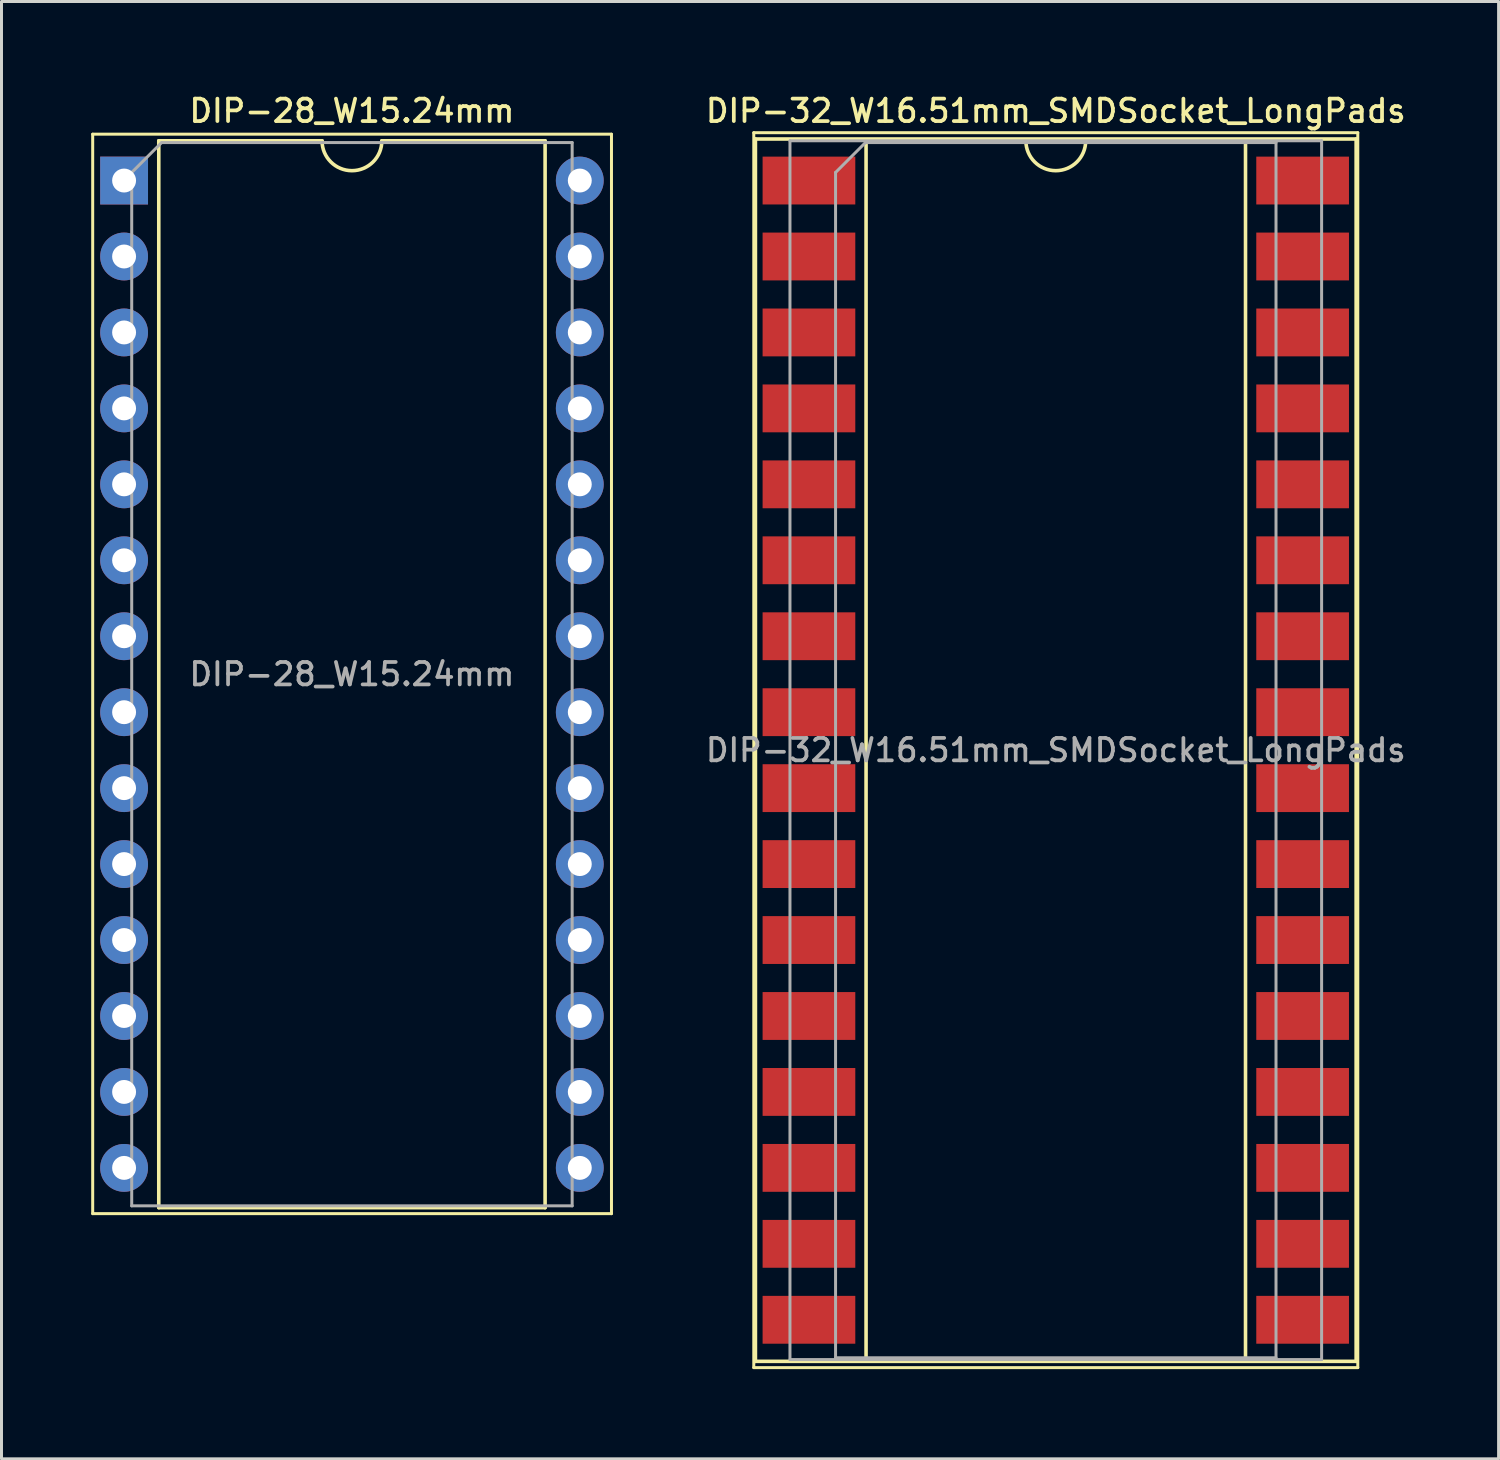
<source format=kicad_pcb>
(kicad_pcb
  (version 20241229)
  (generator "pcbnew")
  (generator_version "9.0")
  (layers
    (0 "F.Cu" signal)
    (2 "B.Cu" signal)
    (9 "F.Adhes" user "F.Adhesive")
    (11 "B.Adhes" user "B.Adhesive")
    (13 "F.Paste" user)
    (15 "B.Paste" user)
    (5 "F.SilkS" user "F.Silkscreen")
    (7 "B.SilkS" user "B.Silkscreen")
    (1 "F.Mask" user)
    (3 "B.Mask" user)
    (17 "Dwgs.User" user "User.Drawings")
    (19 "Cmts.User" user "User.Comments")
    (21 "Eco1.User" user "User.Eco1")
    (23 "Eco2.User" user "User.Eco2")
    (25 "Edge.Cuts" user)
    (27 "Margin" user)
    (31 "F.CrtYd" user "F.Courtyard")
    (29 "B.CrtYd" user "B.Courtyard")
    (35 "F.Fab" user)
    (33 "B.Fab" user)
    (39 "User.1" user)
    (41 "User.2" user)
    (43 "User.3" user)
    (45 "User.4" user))
  (footprint "DIP-28_W15.24mm"
    (layer "F.Cu")
    (at 1.1 2.988)
    (property "Reference" "DIP-28_W15.24mm" (at 7.62 -2.33 0) (layer "F.SilkS") (effects (font (size 0.75 0.75) (thickness 0.125))))
    (attr through_hole)
    (fp_line (start -1.05 -1.55) (end -1.05 34.55) (stroke (width 0.1) (type solid)) (layer "F.SilkS"))
    (fp_line (start -1.05 34.55) (end 16.3 34.55) (stroke (width 0.1) (type solid)) (layer "F.SilkS"))
    (fp_line (start 1.16 -1.33) (end 1.16 34.35) (stroke (width 0.12) (type solid)) (layer "F.SilkS"))
    (fp_line (start 1.16 34.35) (end 14.08 34.35) (stroke (width 0.12) (type solid)) (layer "F.SilkS"))
    (fp_line (start 6.62 -1.33) (end 1.16 -1.33) (stroke (width 0.12) (type solid)) (layer "F.SilkS"))
    (fp_line (start 14.08 -1.33) (end 8.62 -1.33) (stroke (width 0.12) (type solid)) (layer "F.SilkS"))
    (fp_line (start 14.08 34.35) (end 14.08 -1.33) (stroke (width 0.12) (type solid)) (layer "F.SilkS"))
    (fp_line (start 16.3 -1.55) (end -1.05 -1.55) (stroke (width 0.1) (type solid)) (layer "F.SilkS"))
    (fp_line (start 16.3 34.55) (end 16.3 -1.55) (stroke (width 0.1) (type solid)) (layer "F.SilkS"))
    (fp_arc (start 8.62 -1.33) (mid 7.62 -0.33) (end 6.62 -1.33) (stroke (width 0.12) (type solid)) (layer "F.SilkS"))
    (fp_line (start 0.255 -0.27) (end 1.255 -1.27) (stroke (width 0.1) (type solid)) (layer "F.Fab"))
    (fp_line (start 0.255 34.29) (end 0.255 -0.27) (stroke (width 0.1) (type solid)) (layer "F.Fab"))
    (fp_line (start 1.255 -1.27) (end 14.985 -1.27) (stroke (width 0.1) (type solid)) (layer "F.Fab"))
    (fp_line (start 14.985 -1.27) (end 14.985 34.29) (stroke (width 0.1) (type solid)) (layer "F.Fab"))
    (fp_line (start 14.985 34.29) (end 0.255 34.29) (stroke (width 0.1) (type solid)) (layer "F.Fab"))
    (fp_text user "${REFERENCE}" (at 7.62 16.51 0) (layer "F.Fab") (effects (font (size 0.75 0.75) (thickness 0.125))))
    (pad "1" thru_hole rect (at 0 0) (size 1.6 1.6) (drill 0.8) (layers "*.Cu" "*.Mask"))
    (pad "2" thru_hole oval (at 0 2.54) (size 1.6 1.6) (drill 0.8) (layers "*.Cu" "*.Mask"))
    (pad "3" thru_hole oval (at 0 5.08) (size 1.6 1.6) (drill 0.8) (layers "*.Cu" "*.Mask"))
    (pad "4" thru_hole oval (at 0 7.62) (size 1.6 1.6) (drill 0.8) (layers "*.Cu" "*.Mask"))
    (pad "5" thru_hole oval (at 0 10.16) (size 1.6 1.6) (drill 0.8) (layers "*.Cu" "*.Mask"))
    (pad "6" thru_hole oval (at 0 12.7) (size 1.6 1.6) (drill 0.8) (layers "*.Cu" "*.Mask"))
    (pad "7" thru_hole oval (at 0 15.24) (size 1.6 1.6) (drill 0.8) (layers "*.Cu" "*.Mask"))
    (pad "8" thru_hole oval (at 0 17.78) (size 1.6 1.6) (drill 0.8) (layers "*.Cu" "*.Mask"))
    (pad "9" thru_hole oval (at 0 20.32) (size 1.6 1.6) (drill 0.8) (layers "*.Cu" "*.Mask"))
    (pad "10" thru_hole oval (at 0 22.86) (size 1.6 1.6) (drill 0.8) (layers "*.Cu" "*.Mask"))
    (pad "11" thru_hole oval (at 0 25.4) (size 1.6 1.6) (drill 0.8) (layers "*.Cu" "*.Mask"))
    (pad "12" thru_hole oval (at 0 27.94) (size 1.6 1.6) (drill 0.8) (layers "*.Cu" "*.Mask"))
    (pad "13" thru_hole oval (at 0 30.48) (size 1.6 1.6) (drill 0.8) (layers "*.Cu" "*.Mask"))
    (pad "14" thru_hole oval (at 0 33.02) (size 1.6 1.6) (drill 0.8) (layers "*.Cu" "*.Mask"))
    (pad "15" thru_hole oval (at 15.24 33.02) (size 1.6 1.6) (drill 0.8) (layers "*.Cu" "*.Mask"))
    (pad "16" thru_hole oval (at 15.24 30.48) (size 1.6 1.6) (drill 0.8) (layers "*.Cu" "*.Mask"))
    (pad "17" thru_hole oval (at 15.24 27.94) (size 1.6 1.6) (drill 0.8) (layers "*.Cu" "*.Mask"))
    (pad "18" thru_hole oval (at 15.24 25.4) (size 1.6 1.6) (drill 0.8) (layers "*.Cu" "*.Mask"))
    (pad "19" thru_hole oval (at 15.24 22.86) (size 1.6 1.6) (drill 0.8) (layers "*.Cu" "*.Mask"))
    (pad "20" thru_hole oval (at 15.24 20.32) (size 1.6 1.6) (drill 0.8) (layers "*.Cu" "*.Mask"))
    (pad "21" thru_hole oval (at 15.24 17.78) (size 1.6 1.6) (drill 0.8) (layers "*.Cu" "*.Mask"))
    (pad "22" thru_hole oval (at 15.24 15.24) (size 1.6 1.6) (drill 0.8) (layers "*.Cu" "*.Mask"))
    (pad "23" thru_hole oval (at 15.24 12.7) (size 1.6 1.6) (drill 0.8) (layers "*.Cu" "*.Mask"))
    (pad "24" thru_hole oval (at 15.24 10.16) (size 1.6 1.6) (drill 0.8) (layers "*.Cu" "*.Mask"))
    (pad "25" thru_hole oval (at 15.24 7.62) (size 1.6 1.6) (drill 0.8) (layers "*.Cu" "*.Mask"))
    (pad "26" thru_hole oval (at 15.24 5.08) (size 1.6 1.6) (drill 0.8) (layers "*.Cu" "*.Mask"))
    (pad "27" thru_hole oval (at 15.24 2.54) (size 1.6 1.6) (drill 0.8) (layers "*.Cu" "*.Mask"))
    (pad "28" thru_hole oval (at 15.24 0) (size 1.6 1.6) (drill 0.8) (layers "*.Cu" "*.Mask")))
  (footprint "DIP-32_W16.51mm_SMDSocket_LongPads"
    (layer "F.Cu")
    (at 32.259 22.038)
    (property "Reference" "DIP-32_W16.51mm_SMDSocket_LongPads" (at 0 -21.38 0) (layer "F.SilkS") (effects (font (size 0.75 0.75) (thickness 0.125))))
    (attr smd)
    (fp_line (start -10.1 -20.65) (end -10.1 20.65) (stroke (width 0.1) (type solid)) (layer "F.SilkS"))
    (fp_line (start -10.1 20.65) (end 10.1 20.65) (stroke (width 0.1) (type solid)) (layer "F.SilkS"))
    (fp_line (start -10.045 -20.44) (end -10.045 20.44) (stroke (width 0.12) (type solid)) (layer "F.SilkS"))
    (fp_line (start -10.045 20.44) (end 10.045 20.44) (stroke (width 0.12) (type solid)) (layer "F.SilkS"))
    (fp_line (start -6.345 -20.38) (end -6.345 20.38) (stroke (width 0.12) (type solid)) (layer "F.SilkS"))
    (fp_line (start -6.345 20.38) (end 6.345 20.38) (stroke (width 0.12) (type solid)) (layer "F.SilkS"))
    (fp_line (start -1 -20.38) (end -6.345 -20.38) (stroke (width 0.12) (type solid)) (layer "F.SilkS"))
    (fp_line (start 6.345 -20.38) (end 1 -20.38) (stroke (width 0.12) (type solid)) (layer "F.SilkS"))
    (fp_line (start 6.345 20.38) (end 6.345 -20.38) (stroke (width 0.12) (type solid)) (layer "F.SilkS"))
    (fp_line (start 10.045 -20.44) (end -10.045 -20.44) (stroke (width 0.12) (type solid)) (layer "F.SilkS"))
    (fp_line (start 10.045 20.44) (end 10.045 -20.44) (stroke (width 0.12) (type solid)) (layer "F.SilkS"))
    (fp_line (start 10.1 -20.65) (end -10.1 -20.65) (stroke (width 0.1) (type solid)) (layer "F.SilkS"))
    (fp_line (start 10.1 20.65) (end 10.1 -20.65) (stroke (width 0.1) (type solid)) (layer "F.SilkS"))
    (fp_arc (start 1 -20.38) (mid 0 -19.38) (end -1 -20.38) (stroke (width 0.12) (type solid)) (layer "F.SilkS"))
    (fp_line (start -8.89 -20.38) (end -8.89 20.38) (stroke (width 0.1) (type solid)) (layer "F.Fab"))
    (fp_line (start -8.89 20.38) (end 8.89 20.38) (stroke (width 0.1) (type solid)) (layer "F.Fab"))
    (fp_line (start -7.365 -19.32) (end -6.365 -20.32) (stroke (width 0.1) (type solid)) (layer "F.Fab"))
    (fp_line (start -7.365 20.32) (end -7.365 -19.32) (stroke (width 0.1) (type solid)) (layer "F.Fab"))
    (fp_line (start -6.365 -20.32) (end 7.365 -20.32) (stroke (width 0.1) (type solid)) (layer "F.Fab"))
    (fp_line (start 7.365 -20.32) (end 7.365 20.32) (stroke (width 0.1) (type solid)) (layer "F.Fab"))
    (fp_line (start 7.365 20.32) (end -7.365 20.32) (stroke (width 0.1) (type solid)) (layer "F.Fab"))
    (fp_line (start 8.89 -20.38) (end -8.89 -20.38) (stroke (width 0.1) (type solid)) (layer "F.Fab"))
    (fp_line (start 8.89 20.38) (end 8.89 -20.38) (stroke (width 0.1) (type solid)) (layer "F.Fab"))
    (fp_text user "${REFERENCE}" (at 0 0 0) (layer "F.Fab") (effects (font (size 0.75 0.75) (thickness 0.125))))
    (pad "1" smd rect (at -8.255 -19.05) (size 3.1 1.6) (layers "F.Cu" "F.Mask" "F.Paste"))
    (pad "2" smd rect (at -8.255 -16.51) (size 3.1 1.6) (layers "F.Cu" "F.Mask" "F.Paste"))
    (pad "3" smd rect (at -8.255 -13.97) (size 3.1 1.6) (layers "F.Cu" "F.Mask" "F.Paste"))
    (pad "4" smd rect (at -8.255 -11.43) (size 3.1 1.6) (layers "F.Cu" "F.Mask" "F.Paste"))
    (pad "5" smd rect (at -8.255 -8.89) (size 3.1 1.6) (layers "F.Cu" "F.Mask" "F.Paste"))
    (pad "6" smd rect (at -8.255 -6.35) (size 3.1 1.6) (layers "F.Cu" "F.Mask" "F.Paste"))
    (pad "7" smd rect (at -8.255 -3.81) (size 3.1 1.6) (layers "F.Cu" "F.Mask" "F.Paste"))
    (pad "8" smd rect (at -8.255 -1.27) (size 3.1 1.6) (layers "F.Cu" "F.Mask" "F.Paste"))
    (pad "9" smd rect (at -8.255 1.27) (size 3.1 1.6) (layers "F.Cu" "F.Mask" "F.Paste"))
    (pad "10" smd rect (at -8.255 3.81) (size 3.1 1.6) (layers "F.Cu" "F.Mask" "F.Paste"))
    (pad "11" smd rect (at -8.255 6.35) (size 3.1 1.6) (layers "F.Cu" "F.Mask" "F.Paste"))
    (pad "12" smd rect (at -8.255 8.89) (size 3.1 1.6) (layers "F.Cu" "F.Mask" "F.Paste"))
    (pad "13" smd rect (at -8.255 11.43) (size 3.1 1.6) (layers "F.Cu" "F.Mask" "F.Paste"))
    (pad "14" smd rect (at -8.255 13.97) (size 3.1 1.6) (layers "F.Cu" "F.Mask" "F.Paste"))
    (pad "15" smd rect (at -8.255 16.51) (size 3.1 1.6) (layers "F.Cu" "F.Mask" "F.Paste"))
    (pad "16" smd rect (at -8.255 19.05) (size 3.1 1.6) (layers "F.Cu" "F.Mask" "F.Paste"))
    (pad "17" smd rect (at 8.255 19.05) (size 3.1 1.6) (layers "F.Cu" "F.Mask" "F.Paste"))
    (pad "18" smd rect (at 8.255 16.51) (size 3.1 1.6) (layers "F.Cu" "F.Mask" "F.Paste"))
    (pad "19" smd rect (at 8.255 13.97) (size 3.1 1.6) (layers "F.Cu" "F.Mask" "F.Paste"))
    (pad "20" smd rect (at 8.255 11.43) (size 3.1 1.6) (layers "F.Cu" "F.Mask" "F.Paste"))
    (pad "21" smd rect (at 8.255 8.89) (size 3.1 1.6) (layers "F.Cu" "F.Mask" "F.Paste"))
    (pad "22" smd rect (at 8.255 6.35) (size 3.1 1.6) (layers "F.Cu" "F.Mask" "F.Paste"))
    (pad "23" smd rect (at 8.255 3.81) (size 3.1 1.6) (layers "F.Cu" "F.Mask" "F.Paste"))
    (pad "24" smd rect (at 8.255 1.27) (size 3.1 1.6) (layers "F.Cu" "F.Mask" "F.Paste"))
    (pad "25" smd rect (at 8.255 -1.27) (size 3.1 1.6) (layers "F.Cu" "F.Mask" "F.Paste"))
    (pad "26" smd rect (at 8.255 -3.81) (size 3.1 1.6) (layers "F.Cu" "F.Mask" "F.Paste"))
    (pad "27" smd rect (at 8.255 -6.35) (size 3.1 1.6) (layers "F.Cu" "F.Mask" "F.Paste"))
    (pad "28" smd rect (at 8.255 -8.89) (size 3.1 1.6) (layers "F.Cu" "F.Mask" "F.Paste"))
    (pad "29" smd rect (at 8.255 -11.43) (size 3.1 1.6) (layers "F.Cu" "F.Mask" "F.Paste"))
    (pad "30" smd rect (at 8.255 -13.97) (size 3.1 1.6) (layers "F.Cu" "F.Mask" "F.Paste"))
    (pad "31" smd rect (at 8.255 -16.51) (size 3.1 1.6) (layers "F.Cu" "F.Mask" "F.Paste"))
    (pad "32" smd rect (at 8.255 -19.05) (size 3.1 1.6) (layers "F.Cu" "F.Mask" "F.Paste")))
  (gr_rect
    (start -3 -3)
    (end 47.068 45.738)
    (stroke (width 0.1) (type default))
    (fill no)
    (layer "Edge.Cuts")))
</source>
